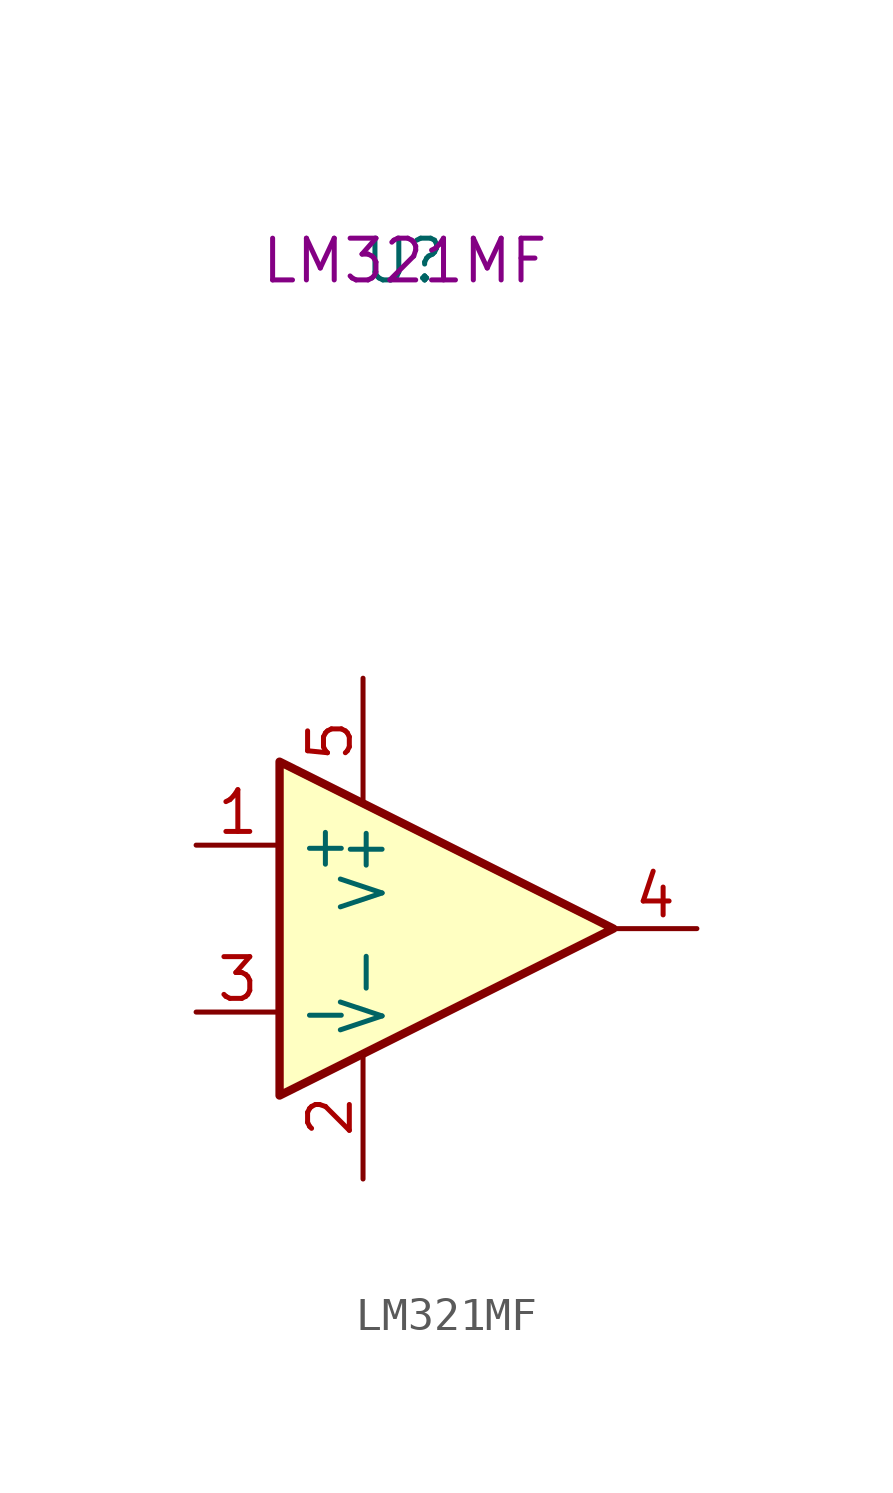
<source format=kicad_sym>
(kicad_symbol_lib
  (version 20220914)
  (generator kicad_symbol_editor)
  (symbol "LM321MF"
    (property "Reference" "U"
      (at 0 0 0)
      (effects (font (size 1.27 1.27))))
    (property "part_number" "LM321MF"
      (at 0 0 0)
      (effects (font (size 1.27 1.27))))
    (symbol "LM321MF_0_1"
      (polyline (pts (xy 6.35 -20.32) (xy -3.81 -15.24) (xy -3.81 -25.4) (xy 6.35 -20.32)) (stroke (width 0.254) (type default)) (fill (type background))))
    (symbol "LM321MF_1_1"
      (pin input line (at -6.35 -17.78 0) (length 2.54) (name "+" (effects (font (size 1.27 1.27)))) (number "1" (effects (font (size 1.27 1.27)))))
      (pin power_in line (at -1.27 -27.94 90) (length 3.81) (name "V-" (effects (font (size 1.27 1.27)))) (number "2" (effects (font (size 1.27 1.27)))))
      (pin input line (at -6.35 -22.86 0) (length 2.54) (name "-" (effects (font (size 1.27 1.27)))) (number "3" (effects (font (size 1.27 1.27)))))
      (pin output line (at 8.89 -20.32 180) (length 2.54) (name "~" (effects (font (size 1.27 1.27)))) (number "4" (effects (font (size 1.27 1.27)))))
      (pin power_in line (at -1.27 -12.7 270) (length 3.81) (name "V+" (effects (font (size 1.27 1.27)))) (number "5" (effects (font (size 1.27 1.27))))))))
</source>
